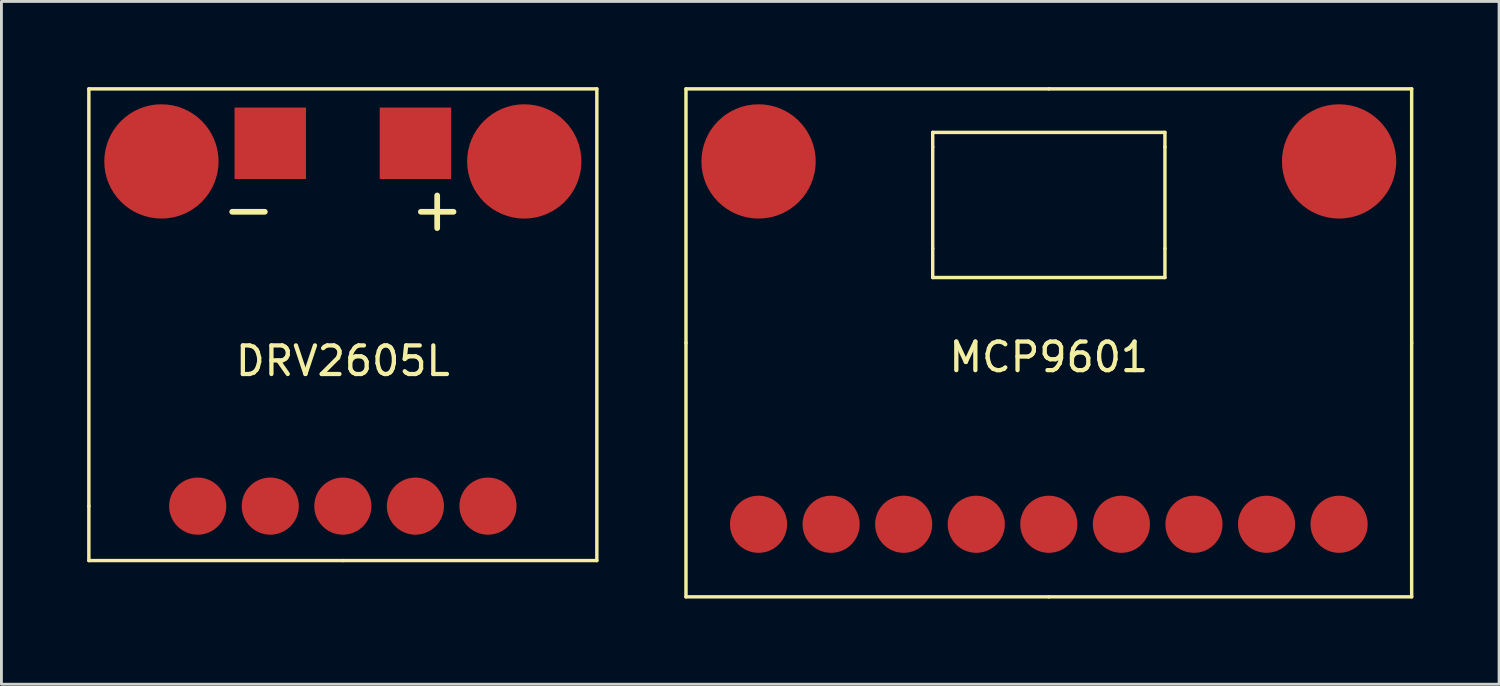
<source format=kicad_pcb>
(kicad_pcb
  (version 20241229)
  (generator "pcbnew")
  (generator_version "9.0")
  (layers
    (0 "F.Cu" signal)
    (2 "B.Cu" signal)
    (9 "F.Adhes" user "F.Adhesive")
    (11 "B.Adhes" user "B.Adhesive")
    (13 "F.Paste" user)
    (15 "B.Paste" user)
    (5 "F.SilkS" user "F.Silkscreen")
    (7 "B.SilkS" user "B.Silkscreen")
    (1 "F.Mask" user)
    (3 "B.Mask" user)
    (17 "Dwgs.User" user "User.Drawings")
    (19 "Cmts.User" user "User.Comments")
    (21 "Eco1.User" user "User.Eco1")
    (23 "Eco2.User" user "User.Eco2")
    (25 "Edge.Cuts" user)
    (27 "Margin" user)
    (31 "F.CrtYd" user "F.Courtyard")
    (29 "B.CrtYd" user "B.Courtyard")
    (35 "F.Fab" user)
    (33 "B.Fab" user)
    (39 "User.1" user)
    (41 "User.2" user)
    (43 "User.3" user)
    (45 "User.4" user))
  (footprint "MCP9601"
    (layer "F.Cu")
    (at 33.66 8.95)
    (property "Reference" "MCP9601" (at 0 0.5 0) (layer "F.SilkS") (effects (font (size 1 1) (thickness 0.15))))
    (attr through_hole)
    (fp_line (start -12.7 0) (end -12.7 -8.89) (stroke (width 0.12) (type solid)) (layer "F.SilkS"))
    (fp_line (start -12.7 0) (end -12.7 8.89) (stroke (width 0.12) (type solid)) (layer "F.SilkS"))
    (fp_line (start -4.064 -7.366) (end 4.064 -7.366) (stroke (width 0.12) (type solid)) (layer "F.SilkS"))
    (fp_line (start -4.064 -6.858) (end -4.064 -7.366) (stroke (width 0.12) (type solid)) (layer "F.SilkS"))
    (fp_line (start -4.064 -6.858) (end -4.064 -3.302) (stroke (width 0.12) (type solid)) (layer "F.SilkS"))
    (fp_line (start -4.064 -2.286) (end -4.064 -3.302) (stroke (width 0.12) (type solid)) (layer "F.SilkS"))
    (fp_line (start 0 -8.89) (end -12.7 -8.89) (stroke (width 0.12) (type solid)) (layer "F.SilkS"))
    (fp_line (start 0 -8.89) (end 12.7 -8.89) (stroke (width 0.12) (type solid)) (layer "F.SilkS"))
    (fp_line (start 0 8.89) (end -12.7 8.89) (stroke (width 0.12) (type solid)) (layer "F.SilkS"))
    (fp_line (start 0 8.89) (end 12.7 8.89) (stroke (width 0.12) (type solid)) (layer "F.SilkS"))
    (fp_line (start 4.064 -7.366) (end 4.064 -6.858) (stroke (width 0.12) (type solid)) (layer "F.SilkS"))
    (fp_line (start 4.064 -3.302) (end 4.064 -6.858) (stroke (width 0.12) (type solid)) (layer "F.SilkS"))
    (fp_line (start 4.064 -3.302) (end 4.064 -2.286) (stroke (width 0.12) (type solid)) (layer "F.SilkS"))
    (fp_line (start 4.064 -2.286) (end -4.064 -2.286) (stroke (width 0.12) (type solid)) (layer "F.SilkS"))
    (fp_line (start 12.7 0) (end 12.7 -8.89) (stroke (width 0.12) (type solid)) (layer "F.SilkS"))
    (fp_line (start 12.7 0) (end 12.7 8.89) (stroke (width 0.12) (type solid)) (layer "F.SilkS"))
    (pad "1" smd circle (at -10.16 6.35) (size 2 2) (layers "F.Cu" "F.Mask" "F.Paste"))
    (pad "2" smd circle (at -7.62 6.35) (size 2 2) (layers "F.Cu" "F.Mask" "F.Paste"))
    (pad "3" smd circle (at -5.08 6.35) (size 2 2) (layers "F.Cu" "F.Mask" "F.Paste"))
    (pad "4" smd circle (at -2.54 6.35) (size 2 2) (layers "F.Cu" "F.Mask" "F.Paste"))
    (pad "5" smd circle (at 0 6.35) (size 2 2) (layers "F.Cu" "F.Mask" "F.Paste"))
    (pad "6" smd circle (at 2.54 6.35) (size 2 2) (layers "F.Cu" "F.Mask" "F.Paste"))
    (pad "7" smd circle (at 5.08 6.35) (size 2 2) (layers "F.Cu" "F.Mask" "F.Paste"))
    (pad "8" smd circle (at 7.62 6.35) (size 2 2) (layers "F.Cu" "F.Mask" "F.Paste"))
    (pad "9" smd circle (at 10.16 6.35) (size 2 2) (layers "F.Cu" "F.Mask" "F.Paste"))
    (pad "10" smd circle (at -10.16 -6.35 180) (size 4 4) (layers "F.Cu" "F.Mask" "F.Paste"))
    (pad "11" smd circle (at 10.16 -6.35 180) (size 4 4) (layers "F.Cu" "F.Mask" "F.Paste")))
  (footprint "DRV2605L"
    (layer "F.Cu")
    (at 8.95 14.665)
    (property "Reference" "DRV2605L" (at 0 -5.08 0) (layer "F.SilkS") (effects (font (size 1 1) (thickness 0.15))))
    (attr through_hole)
    (fp_line (start -8.89 -14.605) (end 8.89 -14.605) (stroke (width 0.12) (type solid)) (layer "F.SilkS"))
    (fp_line (start -8.89 0) (end -8.89 -14.605) (stroke (width 0.12) (type solid)) (layer "F.SilkS"))
    (fp_line (start -8.89 1.905) (end -8.89 0) (stroke (width 0.12) (type solid)) (layer "F.SilkS"))
    (fp_line (start 0 1.905) (end -8.89 1.905) (stroke (width 0.12) (type solid)) (layer "F.SilkS"))
    (fp_line (start 0 1.905) (end 8.89 1.905) (stroke (width 0.12) (type solid)) (layer "F.SilkS"))
    (fp_line (start 8.89 1.905) (end 8.89 -14.605) (stroke (width 0.12) (type solid)) (layer "F.SilkS"))
    (fp_text user "-" (at -3.302 -10.414 0) (layer "F.SilkS") (effects (font (size 1.5 1.5) (thickness 0.2))))
    (fp_text user "+" (at 3.302 -10.414 0) (layer "F.SilkS") (effects (font (size 1.5 1.5) (thickness 0.2))))
    (pad "1" smd circle (at -5.08 0) (size 2 2) (layers "F.Cu" "F.Mask" "F.Paste"))
    (pad "2" smd circle (at -2.54 0) (size 2 2) (layers "F.Cu" "F.Mask" "F.Paste"))
    (pad "3" smd circle (at 0 0) (size 2 2) (layers "F.Cu" "F.Mask" "F.Paste"))
    (pad "4" smd circle (at 2.54 0) (size 2 2) (layers "F.Cu" "F.Mask" "F.Paste"))
    (pad "5" smd circle (at 5.08 0) (size 2 2) (layers "F.Cu" "F.Mask" "F.Paste"))
    (pad "6" smd rect (at -2.54 -12.7) (size 2.5 2.5) (layers "F.Cu" "F.Mask" "F.Paste"))
    (pad "7" smd rect (at 2.54 -12.7) (size 2.5 2.5) (layers "F.Cu" "F.Mask" "F.Paste"))
    (pad "8" smd circle (at -6.35 -12.065) (size 4 4) (layers "F.Cu" "F.Mask" "F.Paste"))
    (pad "9" smd circle (at 6.35 -12.065) (size 4 4) (layers "F.Cu" "F.Mask" "F.Paste")))
  (gr_rect
    (start -3 -3)
    (end 49.42 20.9)
    (stroke (width 0.1) (type default))
    (fill no)
    (layer "Edge.Cuts")))
</source>
